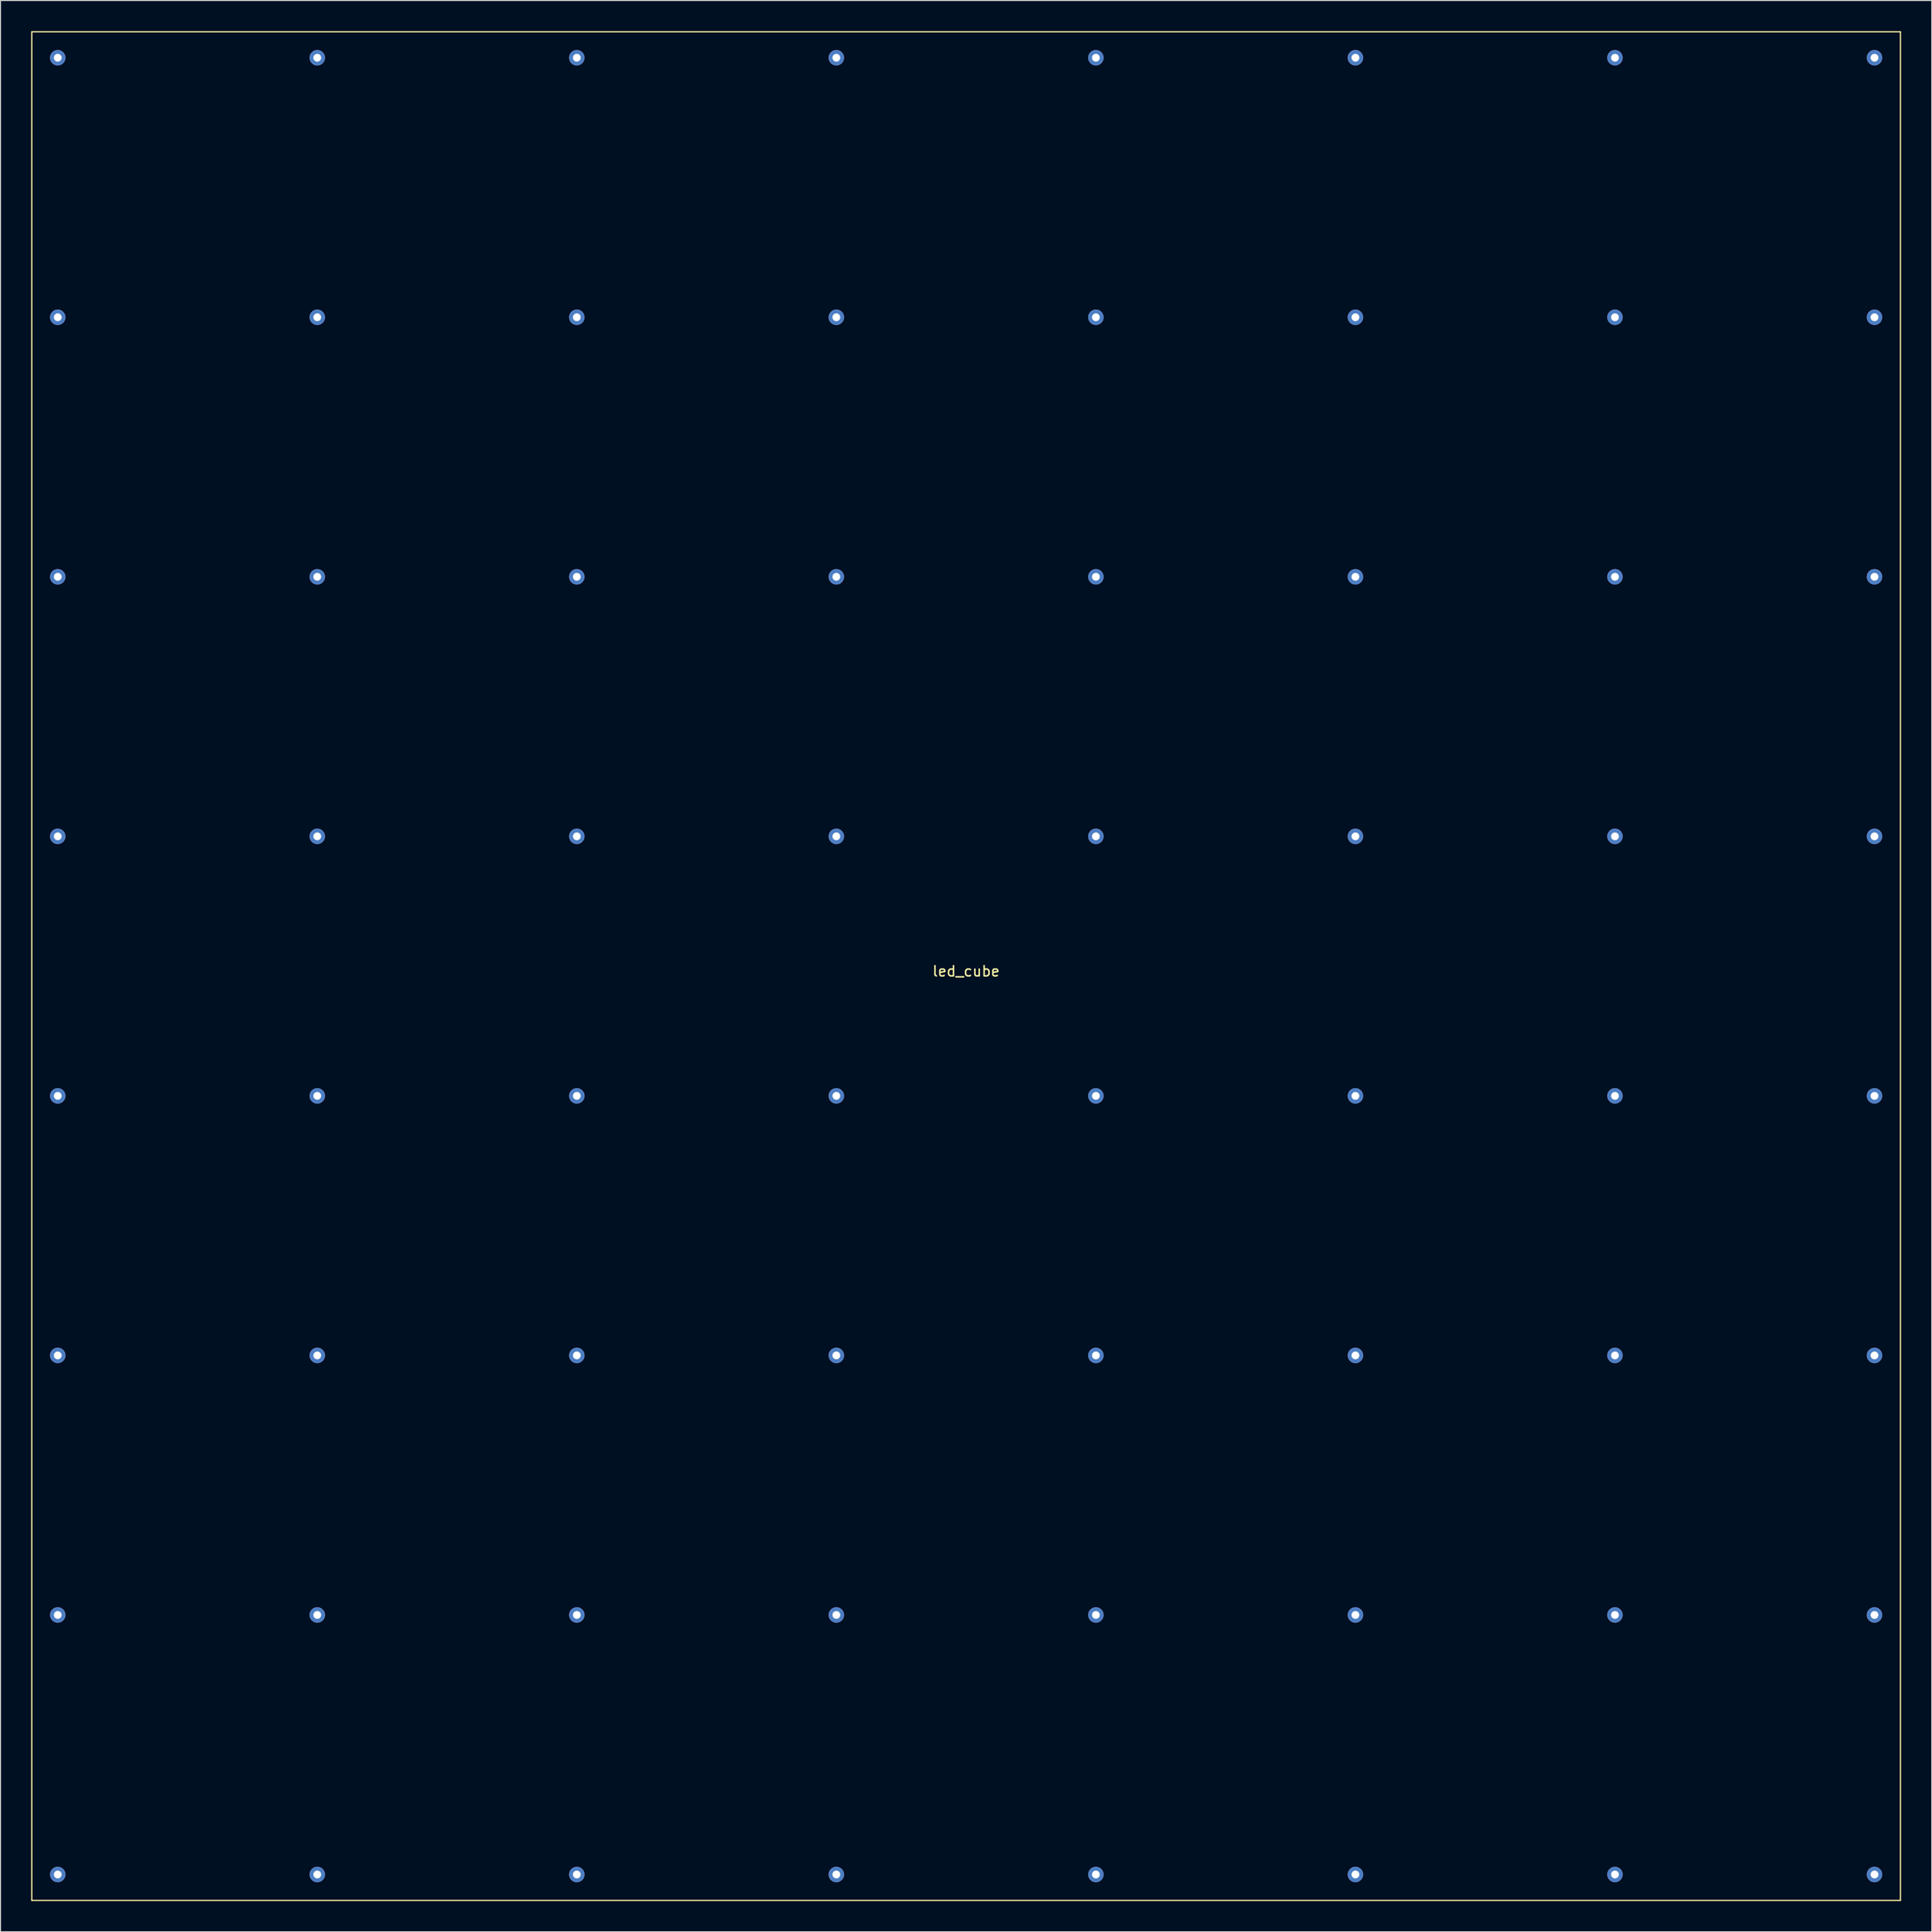
<source format=kicad_pcb>
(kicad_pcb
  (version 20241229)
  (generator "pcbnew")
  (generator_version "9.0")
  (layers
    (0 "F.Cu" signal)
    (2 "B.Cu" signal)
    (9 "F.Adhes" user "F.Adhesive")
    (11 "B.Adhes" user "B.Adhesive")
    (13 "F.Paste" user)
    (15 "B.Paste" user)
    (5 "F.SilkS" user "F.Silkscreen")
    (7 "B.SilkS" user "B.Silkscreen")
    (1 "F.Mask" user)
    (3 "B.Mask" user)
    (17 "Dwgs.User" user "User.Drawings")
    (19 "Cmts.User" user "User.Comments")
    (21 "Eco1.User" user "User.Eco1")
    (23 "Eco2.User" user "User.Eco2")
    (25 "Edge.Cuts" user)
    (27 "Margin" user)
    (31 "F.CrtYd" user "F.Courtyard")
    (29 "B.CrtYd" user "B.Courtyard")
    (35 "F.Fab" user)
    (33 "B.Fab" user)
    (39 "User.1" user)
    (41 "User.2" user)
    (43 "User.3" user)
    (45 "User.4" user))
  (footprint "led_cube"
    (layer "F.Cu")
    (at 2.6 2.6)
    (property "Reference" "led_cube" (at 88.9 89.4 0) (layer "F.SilkS") (effects (font (size 1 1) (thickness 0.15))))
    (attr through_hole)
    (fp_line (start -2.54 -2.54) (end 180.34 -2.54) (stroke (width 0.12) (type solid)) (layer "F.SilkS"))
    (fp_line (start -2.54 180.34) (end -2.54 -2.54) (stroke (width 0.12) (type solid)) (layer "F.SilkS"))
    (fp_line (start 180.34 -2.54) (end 180.34 180.34) (stroke (width 0.12) (type solid)) (layer "F.SilkS"))
    (fp_line (start 180.34 180.34) (end -2.54 180.34) (stroke (width 0.12) (type solid)) (layer "F.SilkS"))
    (pad "0" thru_hole circle (at 0 0) (size 1.524 1.524) (drill 0.762) (layers "*.Cu" "*.Mask"))
    (pad "1" thru_hole circle (at 25.4 0) (size 1.524 1.524) (drill 0.762) (layers "*.Cu" "*.Mask"))
    (pad "2" thru_hole circle (at 50.8 0) (size 1.524 1.524) (drill 0.762) (layers "*.Cu" "*.Mask"))
    (pad "3" thru_hole circle (at 76.2 0) (size 1.524 1.524) (drill 0.762) (layers "*.Cu" "*.Mask"))
    (pad "4" thru_hole circle (at 101.6 0) (size 1.524 1.524) (drill 0.762) (layers "*.Cu" "*.Mask"))
    (pad "5" thru_hole circle (at 127 0) (size 1.524 1.524) (drill 0.762) (layers "*.Cu" "*.Mask"))
    (pad "6" thru_hole circle (at 152.4 0) (size 1.524 1.524) (drill 0.762) (layers "*.Cu" "*.Mask"))
    (pad "7" thru_hole circle (at 177.8 0) (size 1.524 1.524) (drill 0.762) (layers "*.Cu" "*.Mask"))
    (pad "8" thru_hole circle (at 0 25.4) (size 1.524 1.524) (drill 0.762) (layers "*.Cu" "*.Mask"))
    (pad "9" thru_hole circle (at 25.4 25.4) (size 1.524 1.524) (drill 0.762) (layers "*.Cu" "*.Mask"))
    (pad "10" thru_hole circle (at 50.8 25.4) (size 1.524 1.524) (drill 0.762) (layers "*.Cu" "*.Mask"))
    (pad "11" thru_hole circle (at 76.2 25.4) (size 1.524 1.524) (drill 0.762) (layers "*.Cu" "*.Mask"))
    (pad "12" thru_hole circle (at 101.6 25.4) (size 1.524 1.524) (drill 0.762) (layers "*.Cu" "*.Mask"))
    (pad "13" thru_hole circle (at 127 25.4) (size 1.524 1.524) (drill 0.762) (layers "*.Cu" "*.Mask"))
    (pad "14" thru_hole circle (at 152.4 25.4) (size 1.524 1.524) (drill 0.762) (layers "*.Cu" "*.Mask"))
    (pad "15" thru_hole circle (at 177.8 25.4) (size 1.524 1.524) (drill 0.762) (layers "*.Cu" "*.Mask"))
    (pad "16" thru_hole circle (at 0 50.8) (size 1.524 1.524) (drill 0.762) (layers "*.Cu" "*.Mask"))
    (pad "17" thru_hole circle (at 25.4 50.8) (size 1.524 1.524) (drill 0.762) (layers "*.Cu" "*.Mask"))
    (pad "18" thru_hole circle (at 50.8 50.8) (size 1.524 1.524) (drill 0.762) (layers "*.Cu" "*.Mask"))
    (pad "19" thru_hole circle (at 76.2 50.8) (size 1.524 1.524) (drill 0.762) (layers "*.Cu" "*.Mask"))
    (pad "20" thru_hole circle (at 101.6 50.8) (size 1.524 1.524) (drill 0.762) (layers "*.Cu" "*.Mask"))
    (pad "21" thru_hole circle (at 127 50.8) (size 1.524 1.524) (drill 0.762) (layers "*.Cu" "*.Mask"))
    (pad "22" thru_hole circle (at 152.4 50.8) (size 1.524 1.524) (drill 0.762) (layers "*.Cu" "*.Mask"))
    (pad "23" thru_hole circle (at 177.8 50.8) (size 1.524 1.524) (drill 0.762) (layers "*.Cu" "*.Mask"))
    (pad "24" thru_hole circle (at 0 76.2) (size 1.524 1.524) (drill 0.762) (layers "*.Cu" "*.Mask"))
    (pad "25" thru_hole circle (at 25.4 76.2) (size 1.524 1.524) (drill 0.762) (layers "*.Cu" "*.Mask"))
    (pad "26" thru_hole circle (at 50.8 76.2) (size 1.524 1.524) (drill 0.762) (layers "*.Cu" "*.Mask"))
    (pad "27" thru_hole circle (at 76.2 76.2) (size 1.524 1.524) (drill 0.762) (layers "*.Cu" "*.Mask"))
    (pad "28" thru_hole circle (at 101.6 76.2) (size 1.524 1.524) (drill 0.762) (layers "*.Cu" "*.Mask"))
    (pad "29" thru_hole circle (at 127 76.2) (size 1.524 1.524) (drill 0.762) (layers "*.Cu" "*.Mask"))
    (pad "30" thru_hole circle (at 152.4 76.2) (size 1.524 1.524) (drill 0.762) (layers "*.Cu" "*.Mask"))
    (pad "31" thru_hole circle (at 177.8 76.2) (size 1.524 1.524) (drill 0.762) (layers "*.Cu" "*.Mask"))
    (pad "32" thru_hole circle (at 0 101.6) (size 1.524 1.524) (drill 0.762) (layers "*.Cu" "*.Mask"))
    (pad "33" thru_hole circle (at 25.4 101.6) (size 1.524 1.524) (drill 0.762) (layers "*.Cu" "*.Mask"))
    (pad "34" thru_hole circle (at 50.8 101.6) (size 1.524 1.524) (drill 0.762) (layers "*.Cu" "*.Mask"))
    (pad "35" thru_hole circle (at 76.2 101.6) (size 1.524 1.524) (drill 0.762) (layers "*.Cu" "*.Mask"))
    (pad "36" thru_hole circle (at 101.6 101.6) (size 1.524 1.524) (drill 0.762) (layers "*.Cu" "*.Mask"))
    (pad "37" thru_hole circle (at 127 101.6) (size 1.524 1.524) (drill 0.762) (layers "*.Cu" "*.Mask"))
    (pad "38" thru_hole circle (at 152.4 101.6) (size 1.524 1.524) (drill 0.762) (layers "*.Cu" "*.Mask"))
    (pad "39" thru_hole circle (at 177.8 101.6) (size 1.524 1.524) (drill 0.762) (layers "*.Cu" "*.Mask"))
    (pad "40" thru_hole circle (at 0 127) (size 1.524 1.524) (drill 0.762) (layers "*.Cu" "*.Mask"))
    (pad "41" thru_hole circle (at 25.4 127) (size 1.524 1.524) (drill 0.762) (layers "*.Cu" "*.Mask"))
    (pad "42" thru_hole circle (at 50.8 127) (size 1.524 1.524) (drill 0.762) (layers "*.Cu" "*.Mask"))
    (pad "43" thru_hole circle (at 76.2 127) (size 1.524 1.524) (drill 0.762) (layers "*.Cu" "*.Mask"))
    (pad "44" thru_hole circle (at 101.6 127) (size 1.524 1.524) (drill 0.762) (layers "*.Cu" "*.Mask"))
    (pad "45" thru_hole circle (at 127 127) (size 1.524 1.524) (drill 0.762) (layers "*.Cu" "*.Mask"))
    (pad "46" thru_hole circle (at 152.4 127) (size 1.524 1.524) (drill 0.762) (layers "*.Cu" "*.Mask"))
    (pad "47" thru_hole circle (at 177.8 127) (size 1.524 1.524) (drill 0.762) (layers "*.Cu" "*.Mask"))
    (pad "48" thru_hole circle (at 0 152.4) (size 1.524 1.524) (drill 0.762) (layers "*.Cu" "*.Mask"))
    (pad "49" thru_hole circle (at 25.4 152.4) (size 1.524 1.524) (drill 0.762) (layers "*.Cu" "*.Mask"))
    (pad "50" thru_hole circle (at 50.8 152.4) (size 1.524 1.524) (drill 0.762) (layers "*.Cu" "*.Mask"))
    (pad "51" thru_hole circle (at 76.2 152.4) (size 1.524 1.524) (drill 0.762) (layers "*.Cu" "*.Mask"))
    (pad "52" thru_hole circle (at 101.6 152.4) (size 1.524 1.524) (drill 0.762) (layers "*.Cu" "*.Mask"))
    (pad "53" thru_hole circle (at 127 152.4) (size 1.524 1.524) (drill 0.762) (layers "*.Cu" "*.Mask"))
    (pad "54" thru_hole circle (at 152.4 152.4) (size 1.524 1.524) (drill 0.762) (layers "*.Cu" "*.Mask"))
    (pad "55" thru_hole circle (at 177.8 152.4) (size 1.524 1.524) (drill 0.762) (layers "*.Cu" "*.Mask"))
    (pad "56" thru_hole circle (at 0 177.8) (size 1.524 1.524) (drill 0.762) (layers "*.Cu" "*.Mask"))
    (pad "57" thru_hole circle (at 25.4 177.8) (size 1.524 1.524) (drill 0.762) (layers "*.Cu" "*.Mask"))
    (pad "58" thru_hole circle (at 50.8 177.8) (size 1.524 1.524) (drill 0.762) (layers "*.Cu" "*.Mask"))
    (pad "59" thru_hole circle (at 76.2 177.8) (size 1.524 1.524) (drill 0.762) (layers "*.Cu" "*.Mask"))
    (pad "60" thru_hole circle (at 101.6 177.8) (size 1.524 1.524) (drill 0.762) (layers "*.Cu" "*.Mask"))
    (pad "61" thru_hole circle (at 127 177.8) (size 1.524 1.524) (drill 0.762) (layers "*.Cu" "*.Mask"))
    (pad "62" thru_hole circle (at 152.4 177.8) (size 1.524 1.524) (drill 0.762) (layers "*.Cu" "*.Mask"))
    (pad "63" thru_hole circle (at 177.8 177.8) (size 1.524 1.524) (drill 0.762) (layers "*.Cu" "*.Mask")))
  (gr_rect
    (start -3 -3)
    (end 186 186)
    (stroke (width 0.1) (type default))
    (fill no)
    (layer "Edge.Cuts")))
</source>
